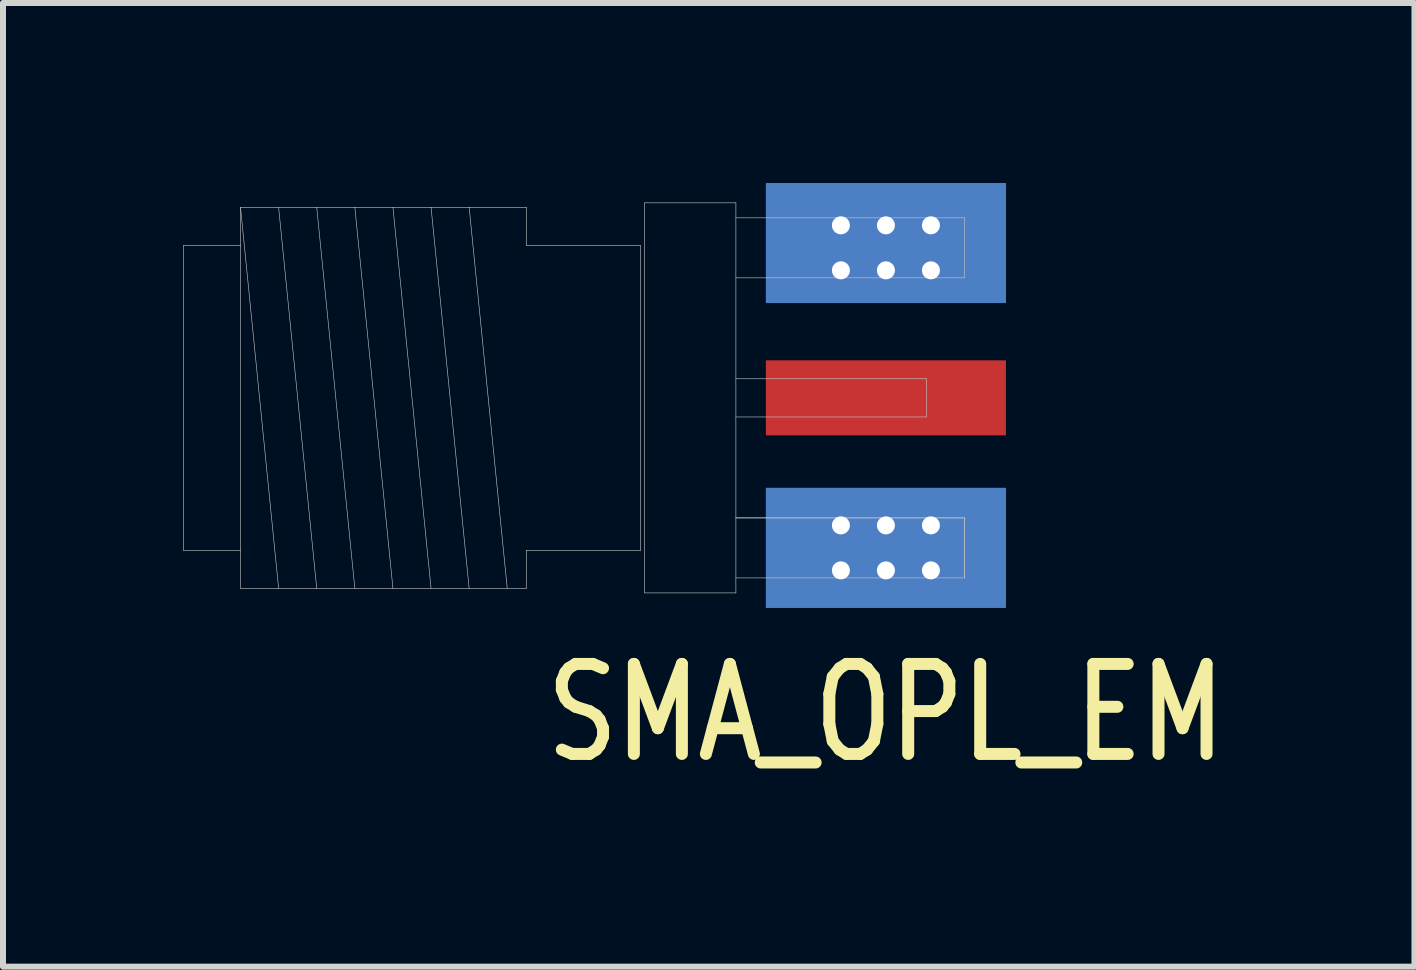
<source format=kicad_pcb>
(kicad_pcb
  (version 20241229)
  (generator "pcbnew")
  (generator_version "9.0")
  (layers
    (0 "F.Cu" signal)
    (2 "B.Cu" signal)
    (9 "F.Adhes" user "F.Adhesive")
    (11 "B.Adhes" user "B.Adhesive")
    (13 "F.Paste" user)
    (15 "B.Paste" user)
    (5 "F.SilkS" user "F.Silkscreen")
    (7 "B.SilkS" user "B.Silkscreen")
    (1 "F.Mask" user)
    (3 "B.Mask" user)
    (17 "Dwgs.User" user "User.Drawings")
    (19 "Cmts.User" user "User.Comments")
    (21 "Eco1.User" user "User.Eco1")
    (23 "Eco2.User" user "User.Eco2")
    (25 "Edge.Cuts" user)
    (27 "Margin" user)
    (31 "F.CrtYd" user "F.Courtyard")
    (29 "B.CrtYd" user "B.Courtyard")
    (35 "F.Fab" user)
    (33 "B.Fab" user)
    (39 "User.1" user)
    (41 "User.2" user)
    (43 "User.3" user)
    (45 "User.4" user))
  (footprint "SMA_OPL_EM"
    (layer "F.Cu")
    (at 9.213 3.58)
    (property "Reference" "SMA_OPL_EM" (at 2.5 5.25 0) (layer "F.SilkS") (effects (font (size 1.5 1.2) (thickness 0.2))))
    (attr through_hole)
    (fp_line (start -9.207 -2.54) (end -8.255 -2.54) (stroke (width 0.01) (type solid)) (layer "Dwgs.User"))
    (fp_line (start -9.207 2.54) (end -9.207 -2.54) (stroke (width 0.01) (type solid)) (layer "Dwgs.User"))
    (fp_line (start -8.255 -3.175) (end -7.62 -3.175) (stroke (width 0.01) (type solid)) (layer "Dwgs.User"))
    (fp_line (start -8.255 -3.175) (end -7.62 3.175) (stroke (width 0.01) (type solid)) (layer "Dwgs.User"))
    (fp_line (start -8.255 -2.54) (end -8.255 -3.175) (stroke (width 0.01) (type solid)) (layer "Dwgs.User"))
    (fp_line (start -8.255 -2.54) (end -8.255 2.54) (stroke (width 0.01) (type solid)) (layer "Dwgs.User"))
    (fp_line (start -8.255 2.54) (end -9.207 2.54) (stroke (width 0.01) (type solid)) (layer "Dwgs.User"))
    (fp_line (start -8.255 3.175) (end -8.255 2.54) (stroke (width 0.01) (type solid)) (layer "Dwgs.User"))
    (fp_line (start -7.62 -3.175) (end -6.985 -3.175) (stroke (width 0.01) (type solid)) (layer "Dwgs.User"))
    (fp_line (start -7.62 -3.175) (end -6.985 3.175) (stroke (width 0.01) (type solid)) (layer "Dwgs.User"))
    (fp_line (start -7.62 3.175) (end -8.255 3.175) (stroke (width 0.01) (type solid)) (layer "Dwgs.User"))
    (fp_line (start -6.985 -3.175) (end -6.35 -3.175) (stroke (width 0.01) (type solid)) (layer "Dwgs.User"))
    (fp_line (start -6.985 -3.175) (end -6.35 3.175) (stroke (width 0.01) (type solid)) (layer "Dwgs.User"))
    (fp_line (start -6.985 3.175) (end -7.62 3.175) (stroke (width 0.01) (type solid)) (layer "Dwgs.User"))
    (fp_line (start -6.35 -3.175) (end -5.715 -3.175) (stroke (width 0.01) (type solid)) (layer "Dwgs.User"))
    (fp_line (start -6.35 -3.175) (end -5.715 3.175) (stroke (width 0.01) (type solid)) (layer "Dwgs.User"))
    (fp_line (start -6.35 3.175) (end -6.985 3.175) (stroke (width 0.01) (type solid)) (layer "Dwgs.User"))
    (fp_line (start -5.715 -3.175) (end -5.08 -3.175) (stroke (width 0.01) (type solid)) (layer "Dwgs.User"))
    (fp_line (start -5.715 -3.175) (end -5.08 3.175) (stroke (width 0.01) (type solid)) (layer "Dwgs.User"))
    (fp_line (start -5.715 3.175) (end -6.35 3.175) (stroke (width 0.01) (type solid)) (layer "Dwgs.User"))
    (fp_line (start -5.08 -3.175) (end -4.445 -3.175) (stroke (width 0.01) (type solid)) (layer "Dwgs.User"))
    (fp_line (start -5.08 -3.175) (end -4.445 3.175) (stroke (width 0.01) (type solid)) (layer "Dwgs.User"))
    (fp_line (start -5.08 3.175) (end -5.715 3.175) (stroke (width 0.01) (type solid)) (layer "Dwgs.User"))
    (fp_line (start -4.445 -3.175) (end -3.81 3.175) (stroke (width 0.01) (type solid)) (layer "Dwgs.User"))
    (fp_line (start -4.445 -3.175) (end -3.493 -3.175) (stroke (width 0.01) (type solid)) (layer "Dwgs.User"))
    (fp_line (start -4.445 3.175) (end -5.08 3.175) (stroke (width 0.01) (type solid)) (layer "Dwgs.User"))
    (fp_line (start -3.493 -3.175) (end -3.493 -2.54) (stroke (width 0.01) (type solid)) (layer "Dwgs.User"))
    (fp_line (start -3.493 -2.54) (end -1.587 -2.54) (stroke (width 0.01) (type solid)) (layer "Dwgs.User"))
    (fp_line (start -3.493 2.54) (end -3.493 3.175) (stroke (width 0.01) (type solid)) (layer "Dwgs.User"))
    (fp_line (start -3.493 3.175) (end -4.445 3.175) (stroke (width 0.01) (type solid)) (layer "Dwgs.User"))
    (fp_line (start -1.587 -2.54) (end -1.587 2.54) (stroke (width 0.01) (type solid)) (layer "Dwgs.User"))
    (fp_line (start -1.587 2.54) (end -3.493 2.54) (stroke (width 0.01) (type solid)) (layer "Dwgs.User"))
    (fp_line (start -1.524 3.25) (end -1.524 -3.25) (stroke (width 0.01) (type solid)) (layer "Dwgs.User"))
    (fp_line (start 0 -3.25) (end -1.524 -3.25) (stroke (width 0.01) (type solid)) (layer "Dwgs.User"))
    (fp_line (start 0 -3) (end 3.81 -3) (stroke (width 0.01) (type solid)) (layer "Dwgs.User"))
    (fp_line (start 0 -2) (end 3.81 -2) (stroke (width 0.01) (type solid)) (layer "Dwgs.User"))
    (fp_line (start 0 2) (end 3.81 2) (stroke (width 0.01) (type solid)) (layer "Dwgs.User"))
    (fp_line (start 0 2) (end 3.81 2) (stroke (width 0.01) (type solid)) (layer "Dwgs.User"))
    (fp_line (start 0 3) (end 3.81 3) (stroke (width 0.01) (type solid)) (layer "Dwgs.User"))
    (fp_line (start 0 3.25) (end -1.524 3.25) (stroke (width 0.01) (type solid)) (layer "Dwgs.User"))
    (fp_line (start 0 3.25) (end 0 -3.25) (stroke (width 0.01) (type solid)) (layer "Dwgs.User"))
    (fp_line (start 3.175 -0.318) (end 0 -0.318) (stroke (width 0.01) (type solid)) (layer "Dwgs.User"))
    (fp_line (start 3.175 0.318) (end 0 0.318) (stroke (width 0.01) (type solid)) (layer "Dwgs.User"))
    (fp_line (start 3.175 0.318) (end 3.175 -0.318) (stroke (width 0.01) (type solid)) (layer "Dwgs.User"))
    (fp_line (start 3.81 -2) (end 3.81 -3) (stroke (width 0.01) (type solid)) (layer "Dwgs.User"))
    (fp_line (start 3.81 2) (end 3.81 3) (stroke (width 0.01) (type solid)) (layer "Dwgs.User"))
    (fp_line (start 3.81 2) (end 3.81 3) (stroke (width 0.01) (type solid)) (layer "Dwgs.User"))
    (pad "1" smd rect (at 2.5 0) (size 4 1.25) (layers "F.Cu" "F.Mask"))
    (pad "2" thru_hole circle (at 1.75 -2.875) (size 0.4 0.4) (drill 0.3) (layers "*.Cu"))
    (pad "2" thru_hole circle (at 1.75 -2.125) (size 0.4 0.4) (drill 0.3) (layers "*.Cu"))
    (pad "2" thru_hole circle (at 1.75 2.125) (size 0.4 0.4) (drill 0.3) (layers "*.Cu"))
    (pad "2" thru_hole circle (at 1.75 2.875) (size 0.4 0.4) (drill 0.3) (layers "*.Cu"))
    (pad "2" thru_hole circle (at 2.5 -2.875) (size 0.4 0.4) (drill 0.3) (layers "*.Cu"))
    (pad "2" smd rect (at 2.5 -2.58) (size 4 2) (layers "*.Cu" "*.Mask"))
    (pad "2" thru_hole circle (at 2.5 -2.125) (size 0.4 0.4) (drill 0.3) (layers "*.Cu"))
    (pad "2" thru_hole circle (at 2.5 2.125) (size 0.4 0.4) (drill 0.3) (layers "*.Cu"))
    (pad "2" smd rect (at 2.5 2.5) (size 4 2) (layers "*.Cu" "*.Mask"))
    (pad "2" thru_hole circle (at 2.5 2.875) (size 0.4 0.4) (drill 0.3) (layers "*.Cu"))
    (pad "2" thru_hole circle (at 3.25 -2.875) (size 0.4 0.4) (drill 0.3) (layers "*.Cu"))
    (pad "2" thru_hole circle (at 3.25 -2.125) (size 0.4 0.4) (drill 0.3) (layers "*.Cu"))
    (pad "2" thru_hole circle (at 3.25 2.125) (size 0.4 0.4) (drill 0.3) (layers "*.Cu"))
    (pad "2" thru_hole circle (at 3.25 2.875) (size 0.4 0.4) (drill 0.3) (layers "*.Cu")))
  (gr_rect
    (start -3 -3)
    (end 20.521 13.059)
    (stroke (width 0.1) (type default))
    (fill no)
    (layer "Edge.Cuts")))
</source>
